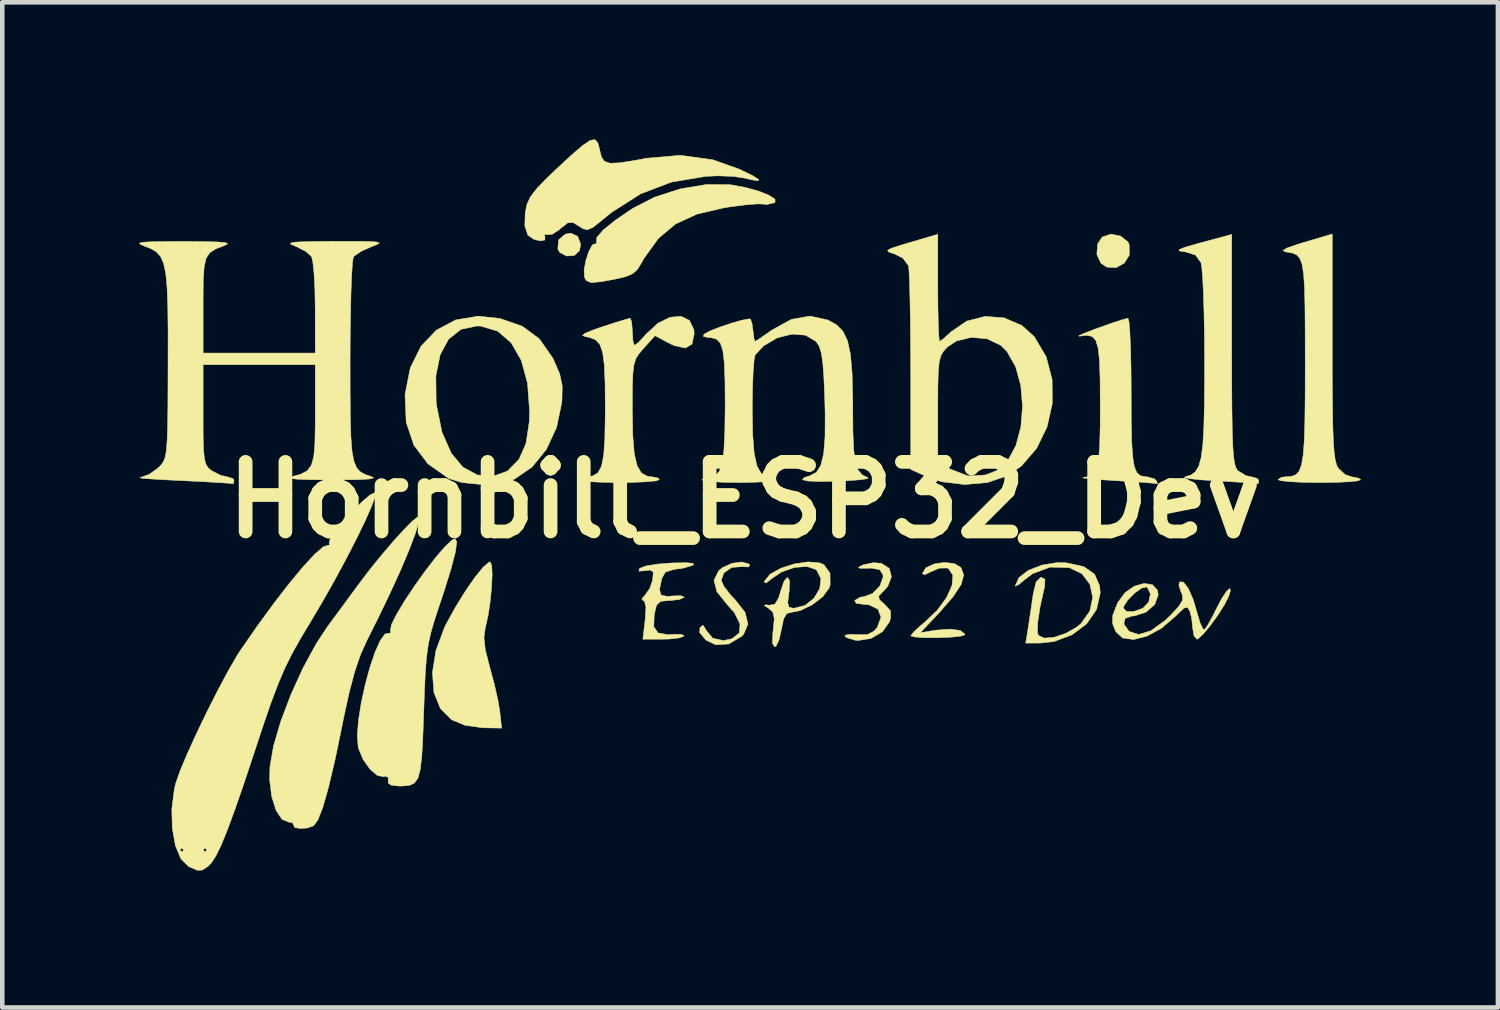
<source format=kicad_pcb>
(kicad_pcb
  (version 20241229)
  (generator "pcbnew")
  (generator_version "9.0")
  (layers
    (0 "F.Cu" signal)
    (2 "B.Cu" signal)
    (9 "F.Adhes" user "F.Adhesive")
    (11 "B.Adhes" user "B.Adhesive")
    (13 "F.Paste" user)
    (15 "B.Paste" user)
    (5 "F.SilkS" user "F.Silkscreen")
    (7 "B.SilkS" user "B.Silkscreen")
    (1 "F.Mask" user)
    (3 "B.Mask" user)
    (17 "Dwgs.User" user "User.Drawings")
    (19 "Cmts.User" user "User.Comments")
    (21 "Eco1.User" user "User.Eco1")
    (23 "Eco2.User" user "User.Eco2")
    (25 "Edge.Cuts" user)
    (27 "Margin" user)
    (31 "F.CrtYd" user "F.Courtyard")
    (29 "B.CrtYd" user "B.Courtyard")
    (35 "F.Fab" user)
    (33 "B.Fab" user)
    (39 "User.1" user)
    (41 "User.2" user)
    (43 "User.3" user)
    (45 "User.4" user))
  (footprint "Hornbill_ESP32_Dev"
    (layer "F.Cu")
    (at 13.25 7.897)
    (property "Reference" "Hornbill_ESP32_Dev" (at 0 0 0) (layer "F.SilkS") (effects (font (size 1.524 1.524) (thickness 0.3))))
    (attr through_hole)
    (fp_poly (pts (xy -3.652 -5.772) (xy -3.587 -5.604) (xy -3.61 -5.461) (xy -3.725 -5.353) (xy -3.896 -5.341) (xy -4.044 -5.419) (xy -4.087 -5.496) (xy -4.068 -5.697) (xy -3.921 -5.822) (xy -3.802 -5.842) (xy -3.652 -5.772)) (stroke (width 0.01) (type solid)) (fill yes) (layer "F.SilkS"))
    (fp_poly (pts (xy 8.237 -5.778) (xy 8.397 -5.648) (xy 8.423 -5.591) (xy 8.427 -5.363) (xy 8.316 -5.185) (xy 8.135 -5.087) (xy 7.93 -5.099) (xy 7.806 -5.182) (xy 7.715 -5.376) (xy 7.732 -5.604) (xy 7.831 -5.756) (xy 8.022 -5.822) (xy 8.237 -5.778)) (stroke (width 0.01) (type solid)) (fill yes) (layer "F.SilkS"))
    (fp_poly (pts (xy -5.534 1.431) (xy -5.524 1.631) (xy -5.537 1.912) (xy -5.568 2.231) (xy -5.616 2.545) (xy -5.675 2.801) (xy -5.704 3.013) (xy -5.674 3.281) (xy -5.579 3.654) (xy -5.574 3.673) (xy -5.477 4.031) (xy -5.399 4.38) (xy -5.356 4.636) (xy -5.317 4.995) (xy -5.728 4.988) (xy -6.12 4.933) (xy -6.412 4.812) (xy -6.659 4.565) (xy -6.8 4.212) (xy -6.832 3.78) (xy -6.756 3.297) (xy -6.568 2.79) (xy -6.524 2.701) (xy -6.321 2.335) (xy -6.106 1.988) (xy -5.899 1.69) (xy -5.721 1.471) (xy -5.595 1.362) (xy -5.57 1.355) (xy -5.534 1.431)) (stroke (width 0.01) (type solid)) (fill yes) (layer "F.SilkS"))
    (fp_poly (pts (xy 0.097 1.402) (xy 0.119 1.427) (xy 0.085 1.467) (xy -0.045 1.459) (xy -0.278 1.476) (xy -0.451 1.597) (xy -0.508 1.759) (xy -0.451 1.89) (xy -0.306 2.078) (xy -0.212 2.176) (xy 0.013 2.46) (xy 0.077 2.718) (xy -0.02 2.942) (xy -0.064 2.986) (xy -0.344 3.153) (xy -0.629 3.171) (xy -0.844 3.067) (xy -0.981 2.904) (xy -0.973 2.793) (xy -0.906 2.74) (xy -0.844 2.842) (xy -0.84 2.852) (xy -0.696 3.026) (xy -0.463 3.078) (xy -0.272 3.038) (xy -0.115 2.912) (xy -0.097 2.717) (xy -0.216 2.474) (xy -0.381 2.286) (xy -0.604 2.007) (xy -0.667 1.76) (xy -0.568 1.553) (xy -0.489 1.486) (xy -0.276 1.387) (xy -0.058 1.357) (xy 0.097 1.402)) (stroke (width 0.01) (type solid)) (fill yes) (layer "F.SilkS"))
    (fp_poly (pts (xy 4.597 1.393) (xy 4.738 1.478) (xy 4.8 1.638) (xy 4.746 1.846) (xy 4.568 2.118) (xy 4.286 2.442) (xy 3.852 2.904) (xy 4.205 2.849) (xy 4.504 2.827) (xy 4.723 2.857) (xy 4.824 2.934) (xy 4.826 2.951) (xy 4.748 2.979) (xy 4.544 3.002) (xy 4.257 3.015) (xy 4.233 3.016) (xy 3.941 3.014) (xy 3.73 2.999) (xy 3.641 2.975) (xy 3.641 2.973) (xy 3.701 2.894) (xy 3.854 2.753) (xy 3.944 2.679) (xy 4.222 2.414) (xy 4.426 2.134) (xy 4.544 1.87) (xy 4.564 1.651) (xy 4.472 1.508) (xy 4.433 1.489) (xy 4.264 1.493) (xy 4.094 1.566) (xy 3.953 1.634) (xy 3.895 1.614) (xy 3.968 1.487) (xy 4.149 1.401) (xy 4.378 1.367) (xy 4.597 1.393)) (stroke (width 0.01) (type solid)) (fill yes) (layer "F.SilkS"))
    (fp_poly (pts (xy -0.312 -6.904) (xy -0.309 -6.903) (xy 0.016 -6.844) (xy 0.31 -6.763) (xy 0.538 -6.671) (xy 0.669 -6.584) (xy 0.669 -6.513) (xy 0.663 -6.509) (xy 0.485 -6.468) (xy 0.423 -6.478) (xy 0.285 -6.483) (xy 0.027 -6.462) (xy -0.304 -6.42) (xy -0.444 -6.398) (xy -1.039 -6.259) (xy -1.508 -6.043) (xy -1.883 -5.729) (xy -2.198 -5.293) (xy -2.257 -5.189) (xy -2.343 -5.05) (xy -2.444 -4.956) (xy -2.6 -4.89) (xy -2.852 -4.831) (xy -3.146 -4.779) (xy -3.36 -4.758) (xy -3.467 -4.806) (xy -3.504 -4.882) (xy -3.511 -5.039) (xy -3.473 -5.244) (xy -3.407 -5.443) (xy -3.332 -5.583) (xy -3.263 -5.612) (xy -3.261 -5.61) (xy -3.227 -5.604) (xy -3.243 -5.639) (xy -3.232 -5.751) (xy -3.091 -5.913) (xy -2.813 -6.135) (xy -2.45 -6.383) (xy -1.966 -6.631) (xy -1.404 -6.812) (xy -0.83 -6.908) (xy -0.312 -6.904)) (stroke (width 0.01) (type solid)) (fill yes) (layer "F.SilkS"))
    (fp_poly (pts (xy 3 1.388) (xy 3.171 1.498) (xy 3.218 1.681) (xy 3.138 1.89) (xy 3.051 1.987) (xy 2.94 2.101) (xy 2.953 2.183) (xy 3.071 2.287) (xy 3.197 2.426) (xy 3.201 2.585) (xy 3.173 2.673) (xy 3.019 2.886) (xy 2.767 3.033) (xy 2.484 3.077) (xy 2.413 3.068) (xy 2.223 3.009) (xy 2.197 2.96) (xy 2.33 2.941) (xy 2.447 2.948) (xy 2.688 2.948) (xy 2.838 2.871) (xy 2.907 2.789) (xy 2.99 2.567) (xy 2.923 2.391) (xy 2.725 2.295) (xy 2.617 2.286) (xy 2.449 2.263) (xy 2.412 2.204) (xy 2.413 2.201) (xy 2.533 2.128) (xy 2.617 2.117) (xy 2.806 2.047) (xy 2.964 1.883) (xy 3.035 1.689) (xy 3.031 1.636) (xy 2.961 1.527) (xy 2.785 1.492) (xy 2.706 1.494) (xy 2.525 1.496) (xy 2.496 1.474) (xy 2.598 1.42) (xy 2.825 1.373) (xy 3 1.388)) (stroke (width 0.01) (type solid)) (fill yes) (layer "F.SilkS"))
    (fp_poly (pts (xy -7.134 0.483) (xy -7.203 0.726) (xy -7.336 1.079) (xy -7.523 1.523) (xy -7.759 2.04) (xy -8.033 2.61) (xy -8.261 3.065) (xy -8.405 3.383) (xy -8.533 3.756) (xy -8.656 4.22) (xy -8.784 4.809) (xy -8.807 4.927) (xy -8.965 5.689) (xy -9.106 6.287) (xy -9.23 6.725) (xy -9.34 7.006) (xy -9.432 7.132) (xy -9.569 7.181) (xy -9.73 7.193) (xy -9.851 7.17) (xy -9.87 7.122) (xy -9.896 7.064) (xy -9.967 7.058) (xy -10.125 6.993) (xy -10.257 6.793) (xy -10.351 6.493) (xy -10.396 6.127) (xy -10.39 5.843) (xy -10.312 5.39) (xy -10.153 4.847) (xy -9.931 4.261) (xy -9.665 3.678) (xy -9.375 3.145) (xy -9.126 2.767) (xy -8.932 2.505) (xy -8.69 2.176) (xy -8.453 1.853) (xy -8.453 1.852) (xy -8.212 1.535) (xy -7.95 1.212) (xy -7.692 0.909) (xy -7.458 0.651) (xy -7.273 0.464) (xy -7.159 0.374) (xy -7.136 0.371) (xy -7.134 0.483)) (stroke (width 0.01) (type solid)) (fill yes) (layer "F.SilkS"))
    (fp_poly (pts (xy 7.042 1.375) (xy 7.424 1.457) (xy 7.664 1.622) (xy 7.777 1.882) (xy 7.789 2.039) (xy 7.71 2.396) (xy 7.494 2.709) (xy 7.172 2.952) (xy 6.775 3.1) (xy 6.469 3.133) (xy 6.158 3.133) (xy 6.216 2.773) (xy 6.267 2.436) (xy 6.317 2.09) (xy 6.322 2.053) (xy 6.387 1.792) (xy 6.486 1.694) (xy 6.497 1.693) (xy 6.58 1.737) (xy 6.572 1.893) (xy 6.566 1.92) (xy 6.471 2.347) (xy 6.42 2.686) (xy 6.417 2.907) (xy 6.434 2.963) (xy 6.562 3.025) (xy 6.78 3.006) (xy 7.036 2.92) (xy 7.28 2.78) (xy 7.367 2.708) (xy 7.561 2.435) (xy 7.624 2.134) (xy 7.564 1.847) (xy 7.389 1.615) (xy 7.112 1.482) (xy 6.692 1.47) (xy 6.308 1.613) (xy 6.145 1.737) (xy 6.003 1.854) (xy 5.93 1.887) (xy 5.928 1.88) (xy 6.01 1.698) (xy 6.218 1.54) (xy 6.512 1.425) (xy 6.848 1.371) (xy 7.042 1.375)) (stroke (width 0.01) (type solid)) (fill yes) (layer "F.SilkS"))
    (fp_poly (pts (xy 12.869 -3.353) (xy 12.87 -2.624) (xy 12.875 -2.045) (xy 12.882 -1.597) (xy 12.895 -1.263) (xy 12.913 -1.023) (xy 12.938 -0.859) (xy 12.971 -0.751) (xy 13.001 -0.696) (xy 13.155 -0.554) (xy 13.292 -0.508) (xy 13.445 -0.478) (xy 13.491 -0.445) (xy 13.429 -0.419) (xy 13.229 -0.398) (xy 12.926 -0.385) (xy 12.607 -0.381) (xy 12.235 -0.386) (xy 11.934 -0.401) (xy 11.74 -0.423) (xy 11.684 -0.445) (xy 11.755 -0.497) (xy 11.847 -0.508) (xy 11.97 -0.515) (xy 12.067 -0.549) (xy 12.142 -0.627) (xy 12.196 -0.767) (xy 12.233 -0.987) (xy 12.257 -1.306) (xy 12.27 -1.74) (xy 12.276 -2.309) (xy 12.277 -3.001) (xy 12.276 -3.696) (xy 12.272 -4.24) (xy 12.262 -4.653) (xy 12.242 -4.953) (xy 12.208 -5.16) (xy 12.158 -5.292) (xy 12.089 -5.368) (xy 11.996 -5.407) (xy 11.877 -5.428) (xy 11.853 -5.432) (xy 11.789 -5.46) (xy 11.868 -5.513) (xy 12.1 -5.595) (xy 12.255 -5.642) (xy 12.869 -5.823) (xy 12.869 -3.353)) (stroke (width 0.01) (type solid)) (fill yes) (layer "F.SilkS"))
    (fp_poly (pts (xy 10.668 -3.295) (xy 10.669 -2.562) (xy 10.673 -1.981) (xy 10.68 -1.532) (xy 10.691 -1.198) (xy 10.708 -0.96) (xy 10.731 -0.8) (xy 10.761 -0.701) (xy 10.8 -0.642) (xy 10.801 -0.641) (xy 10.981 -0.532) (xy 11.097 -0.508) (xy 11.232 -0.471) (xy 11.261 -0.423) (xy 11.245 -0.354) (xy 11.239 -0.355) (xy 11.152 -0.366) (xy 10.931 -0.383) (xy 10.613 -0.403) (xy 10.329 -0.419) (xy 9.991 -0.441) (xy 9.75 -0.466) (xy 9.633 -0.49) (xy 9.65 -0.508) (xy 9.774 -0.546) (xy 9.872 -0.617) (xy 9.946 -0.739) (xy 9.999 -0.931) (xy 10.036 -1.212) (xy 10.058 -1.601) (xy 10.07 -2.116) (xy 10.074 -2.778) (xy 10.074 -2.979) (xy 10.071 -3.557) (xy 10.062 -4.087) (xy 10.048 -4.544) (xy 10.03 -4.901) (xy 10.009 -5.131) (xy 9.995 -5.196) (xy 9.876 -5.362) (xy 9.656 -5.432) (xy 9.635 -5.434) (xy 9.52 -5.453) (xy 9.518 -5.483) (xy 9.646 -5.534) (xy 9.919 -5.613) (xy 10.012 -5.638) (xy 10.668 -5.815) (xy 10.668 -3.295)) (stroke (width 0.01) (type solid)) (fill yes) (layer "F.SilkS"))
    (fp_poly (pts (xy 8.42 -3.899) (xy 8.438 -3.675) (xy 8.453 -3.333) (xy 8.463 -2.9) (xy 8.467 -2.4) (xy 8.467 -2.345) (xy 8.469 -1.741) (xy 8.478 -1.285) (xy 8.499 -0.956) (xy 8.534 -0.736) (xy 8.589 -0.601) (xy 8.666 -0.533) (xy 8.771 -0.509) (xy 8.817 -0.508) (xy 8.972 -0.465) (xy 9.017 -0.423) (xy 9.049 -0.355) (xy 9.043 -0.355) (xy 8.953 -0.367) (xy 8.73 -0.385) (xy 8.411 -0.406) (xy 8.128 -0.423) (xy 7.785 -0.445) (xy 7.536 -0.466) (xy 7.408 -0.483) (xy 7.413 -0.491) (xy 7.546 -0.516) (xy 7.643 -0.575) (xy 7.711 -0.693) (xy 7.754 -0.891) (xy 7.778 -1.194) (xy 7.788 -1.625) (xy 7.789 -2.087) (xy 7.786 -2.64) (xy 7.774 -3.045) (xy 7.744 -3.323) (xy 7.692 -3.495) (xy 7.61 -3.582) (xy 7.493 -3.605) (xy 7.333 -3.586) (xy 7.333 -3.586) (xy 7.318 -3.596) (xy 7.438 -3.65) (xy 7.669 -3.739) (xy 7.742 -3.766) (xy 8.037 -3.87) (xy 8.269 -3.946) (xy 8.393 -3.979) (xy 8.398 -3.979) (xy 8.42 -3.899)) (stroke (width 0.01) (type solid)) (fill yes) (layer "F.SilkS"))
    (fp_poly (pts (xy -6.299 0.917) (xy -6.327 1.131) (xy -6.42 1.491) (xy -6.578 2.001) (xy -6.673 2.286) (xy -6.784 2.621) (xy -6.865 2.899) (xy -6.922 3.159) (xy -6.961 3.442) (xy -6.988 3.785) (xy -7.008 4.229) (xy -7.022 4.639) (xy -7.042 5.2) (xy -7.065 5.614) (xy -7.099 5.904) (xy -7.15 6.091) (xy -7.227 6.199) (xy -7.336 6.248) (xy -7.485 6.263) (xy -7.556 6.264) (xy -7.729 6.245) (xy -7.799 6.202) (xy -7.8 6.078) (xy -7.853 6.047) (xy -7.9 6.059) (xy -8.039 6.032) (xy -8.202 5.89) (xy -8.352 5.677) (xy -8.451 5.437) (xy -8.459 5.403) (xy -8.477 5.152) (xy -8.451 4.821) (xy -8.391 4.442) (xy -8.305 4.047) (xy -8.202 3.668) (xy -8.089 3.334) (xy -7.975 3.079) (xy -7.87 2.933) (xy -7.792 2.919) (xy -7.741 2.908) (xy -7.753 2.852) (xy -7.728 2.726) (xy -7.616 2.502) (xy -7.442 2.211) (xy -7.226 1.886) (xy -6.992 1.558) (xy -6.761 1.259) (xy -6.557 1.021) (xy -6.401 0.876) (xy -6.336 0.847) (xy -6.299 0.917)) (stroke (width 0.01) (type solid)) (fill yes) (layer "F.SilkS"))
    (fp_poly (pts (xy -1.12 1.388) (xy -1.122 1.423) (xy -1.143 1.434) (xy -1.363 1.498) (xy -1.535 1.518) (xy -1.731 1.578) (xy -1.809 1.714) (xy -1.86 1.96) (xy -1.826 2.081) (xy -1.689 2.111) (xy -1.572 2.101) (xy -1.392 2.096) (xy -1.32 2.125) (xy -1.323 2.134) (xy -1.428 2.18) (xy -1.627 2.201) (xy -1.645 2.201) (xy -1.832 2.218) (xy -1.924 2.3) (xy -1.973 2.499) (xy -1.976 2.515) (xy -1.985 2.775) (xy -1.89 2.912) (xy -1.672 2.949) (xy -1.551 2.941) (xy -1.38 2.941) (xy -1.321 2.975) (xy -1.323 2.981) (xy -1.425 3.019) (xy -1.639 3.044) (xy -1.795 3.048) (xy -2.225 3.048) (xy -2.175 2.625) (xy -2.157 2.343) (xy -2.192 2.213) (xy -2.222 2.201) (xy -2.246 2.161) (xy -2.185 2.095) (xy -2.072 1.936) (xy -2.01 1.749) (xy -1.996 1.581) (xy -2.062 1.534) (xy -2.176 1.548) (xy -2.312 1.559) (xy -2.301 1.506) (xy -2.291 1.495) (xy -2.165 1.446) (xy -1.921 1.405) (xy -1.609 1.38) (xy -1.586 1.379) (xy -1.272 1.373) (xy -1.12 1.388)) (stroke (width 0.01) (type solid)) (fill yes) (layer "F.SilkS"))
    (fp_poly (pts (xy -3.214 -7.828) (xy -3.175 -7.691) (xy -3.17 -7.663) (xy -3.131 -7.509) (xy -3.066 -7.414) (xy -2.942 -7.373) (xy -2.732 -7.382) (xy -2.403 -7.434) (xy -2.146 -7.482) (xy -1.403 -7.547) (xy -0.691 -7.449) (xy -0.106 -7.24) (xy 0.178 -7.102) (xy 0.312 -7.016) (xy 0.296 -6.987) (xy 0.125 -7.017) (xy 0.021 -7.044) (xy -0.237 -7.084) (xy -0.578 -7.097) (xy -0.847 -7.086) (xy -1.6 -6.96) (xy -2.273 -6.703) (xy -2.905 -6.301) (xy -3.121 -6.125) (xy -3.317 -5.968) (xy -3.442 -5.914) (xy -3.549 -5.946) (xy -3.595 -5.977) (xy -3.75 -6.074) (xy -3.866 -6.07) (xy -4.014 -5.955) (xy -4.049 -5.922) (xy -4.21 -5.817) (xy -4.332 -5.808) (xy -4.389 -5.817) (xy -4.368 -5.77) (xy -4.37 -5.692) (xy -4.47 -5.673) (xy -4.611 -5.708) (xy -4.736 -5.794) (xy -4.742 -5.8) (xy -4.809 -5.995) (xy -4.801 -6.287) (xy -4.763 -6.472) (xy -4.686 -6.639) (xy -4.543 -6.823) (xy -4.311 -7.062) (xy -4.144 -7.221) (xy -3.795 -7.545) (xy -3.547 -7.759) (xy -3.381 -7.871) (xy -3.276 -7.892) (xy -3.214 -7.828)) (stroke (width 0.01) (type solid)) (fill yes) (layer "F.SilkS"))
    (fp_poly (pts (xy 1.651 1.378) (xy 1.742 1.419) (xy 1.873 1.603) (xy 1.876 1.857) (xy 1.854 1.926) (xy 1.716 2.116) (xy 1.481 2.296) (xy 1.217 2.423) (xy 1.047 2.455) (xy 0.928 2.485) (xy 0.857 2.602) (xy 0.809 2.836) (xy 0.757 3.063) (xy 0.692 3.2) (xy 0.663 3.217) (xy 0.613 3.14) (xy 0.62 2.915) (xy 0.63 2.843) (xy 0.653 2.594) (xy 0.619 2.453) (xy 0.533 2.375) (xy 0.43 2.305) (xy 0.478 2.296) (xy 0.545 2.305) (xy 0.667 2.28) (xy 0.75 2.14) (xy 0.787 2.011) (xy 0.868 1.775) (xy 0.943 1.696) (xy 0.989 1.772) (xy 0.979 1.998) (xy 0.974 2.032) (xy 0.947 2.249) (xy 0.975 2.347) (xy 1.071 2.371) (xy 1.082 2.371) (xy 1.326 2.308) (xy 1.522 2.151) (xy 1.647 1.941) (xy 1.675 1.722) (xy 1.581 1.537) (xy 1.566 1.523) (xy 1.368 1.456) (xy 1.097 1.477) (xy 0.815 1.575) (xy 0.611 1.711) (xy 0.474 1.818) (xy 0.434 1.797) (xy 0.438 1.778) (xy 0.561 1.625) (xy 0.798 1.494) (xy 1.095 1.399) (xy 1.398 1.355) (xy 1.651 1.378)) (stroke (width 0.01) (type solid)) (fill yes) (layer "F.SilkS"))
    (fp_poly (pts (xy -5.355 -3.975) (xy -4.863 -3.804) (xy -4.488 -3.525) (xy -4.202 -3.115) (xy -4.177 -3.066) (xy -4.045 -2.76) (xy -3.99 -2.497) (xy -3.996 -2.183) (xy -4.001 -2.129) (xy -4.114 -1.588) (xy -4.337 -1.108) (xy -4.649 -0.722) (xy -5.029 -0.461) (xy -5.107 -0.429) (xy -5.425 -0.359) (xy -5.81 -0.344) (xy -6.184 -0.381) (xy -6.473 -0.47) (xy -6.477 -0.472) (xy -6.928 -0.789) (xy -7.238 -1.2) (xy -7.407 -1.702) (xy -7.432 -2.296) (xy -7.43 -2.321) (xy -7.351 -2.722) (xy -6.756 -2.722) (xy -6.751 -2.162) (xy -6.741 -2.067) (xy -6.622 -1.482) (xy -6.418 -1.021) (xy -6.165 -0.719) (xy -5.85 -0.548) (xy -5.511 -0.517) (xy -5.198 -0.63) (xy -5.183 -0.64) (xy -4.938 -0.888) (xy -4.784 -1.236) (xy -4.712 -1.707) (xy -4.705 -1.947) (xy -4.75 -2.555) (xy -4.887 -3.057) (xy -5.108 -3.442) (xy -5.404 -3.696) (xy -5.769 -3.806) (xy -5.857 -3.81) (xy -6.207 -3.736) (xy -6.478 -3.521) (xy -6.663 -3.179) (xy -6.756 -2.722) (xy -7.351 -2.722) (xy -7.316 -2.895) (xy -7.083 -3.365) (xy -6.748 -3.718) (xy -6.324 -3.942) (xy -5.828 -4.025) (xy -5.355 -3.975)) (stroke (width 0.01) (type solid)) (fill yes) (layer "F.SilkS"))
    (fp_poly (pts (xy -1.205 -3.932) (xy -1.108 -3.731) (xy -1.101 -3.635) (xy -1.149 -3.412) (xy -1.295 -3.327) (xy -1.538 -3.38) (xy -1.662 -3.439) (xy -1.959 -3.598) (xy -2.207 -3.322) (xy -2.309 -3.203) (xy -2.379 -3.093) (xy -2.421 -2.956) (xy -2.444 -2.759) (xy -2.454 -2.466) (xy -2.455 -2.044) (xy -2.455 -1.965) (xy -2.446 -1.417) (xy -2.413 -1.018) (xy -2.351 -0.749) (xy -2.254 -0.588) (xy -2.116 -0.516) (xy -2.027 -0.508) (xy -1.892 -0.481) (xy -1.863 -0.445) (xy -1.941 -0.418) (xy -2.155 -0.398) (xy -2.467 -0.384) (xy -2.752 -0.381) (xy -3.117 -0.387) (xy -3.409 -0.402) (xy -3.594 -0.424) (xy -3.641 -0.445) (xy -3.57 -0.497) (xy -3.477 -0.508) (xy -3.323 -0.526) (xy -3.21 -0.594) (xy -3.132 -0.734) (xy -3.084 -0.969) (xy -3.058 -1.321) (xy -3.049 -1.811) (xy -3.048 -2.022) (xy -3.052 -2.562) (xy -3.069 -2.957) (xy -3.105 -3.231) (xy -3.167 -3.407) (xy -3.261 -3.508) (xy -3.393 -3.56) (xy -3.471 -3.573) (xy -3.546 -3.601) (xy -3.492 -3.65) (xy -3.294 -3.73) (xy -3.115 -3.791) (xy -2.828 -3.884) (xy -2.609 -3.951) (xy -2.503 -3.979) (xy -2.501 -3.979) (xy -2.471 -3.905) (xy -2.456 -3.722) (xy -2.455 -3.683) (xy -2.443 -3.487) (xy -2.414 -3.389) (xy -2.408 -3.387) (xy -2.327 -3.445) (xy -2.189 -3.59) (xy -2.155 -3.63) (xy -1.894 -3.87) (xy -1.628 -4.001) (xy -1.388 -4.022) (xy -1.205 -3.932)) (stroke (width 0.01) (type solid)) (fill yes) (layer "F.SilkS"))
    (fp_poly (pts (xy 4.233 -4.645) (xy 4.236 -4.221) (xy 4.243 -3.865) (xy 4.254 -3.608) (xy 4.267 -3.48) (xy 4.272 -3.471) (xy 4.351 -3.525) (xy 4.495 -3.656) (xy 4.516 -3.677) (xy 4.866 -3.917) (xy 5.271 -4.02) (xy 5.686 -3.987) (xy 6.072 -3.821) (xy 6.343 -3.58) (xy 6.606 -3.137) (xy 6.736 -2.636) (xy 6.74 -2.112) (xy 6.625 -1.598) (xy 6.397 -1.13) (xy 6.063 -0.743) (xy 5.753 -0.529) (xy 5.32 -0.382) (xy 4.819 -0.338) (xy 4.318 -0.399) (xy 4 -0.506) (xy 3.641 -0.669) (xy 3.64 -1.992) (xy 4.233 -1.992) (xy 4.233 -0.844) (xy 4.508 -0.676) (xy 4.891 -0.527) (xy 5.278 -0.548) (xy 5.514 -0.641) (xy 5.764 -0.858) (xy 5.943 -1.192) (xy 6.052 -1.604) (xy 6.088 -2.054) (xy 6.05 -2.504) (xy 5.937 -2.916) (xy 5.748 -3.25) (xy 5.611 -3.387) (xy 5.313 -3.529) (xy 4.968 -3.56) (xy 4.641 -3.482) (xy 4.441 -3.348) (xy 4.358 -3.257) (xy 4.3 -3.158) (xy 4.264 -3.02) (xy 4.244 -2.811) (xy 4.235 -2.5) (xy 4.233 -2.055) (xy 4.233 -1.992) (xy 3.64 -1.992) (xy 3.64 -2.811) (xy 3.637 -3.405) (xy 3.632 -3.951) (xy 3.623 -4.422) (xy 3.613 -4.794) (xy 3.601 -5.042) (xy 3.59 -5.133) (xy 3.468 -5.296) (xy 3.283 -5.388) (xy 3.16 -5.428) (xy 3.132 -5.465) (xy 3.217 -5.512) (xy 3.435 -5.583) (xy 3.629 -5.64) (xy 4.233 -5.818) (xy 4.233 -4.645)) (stroke (width 0.01) (type solid)) (fill yes) (layer "F.SilkS"))
    (fp_poly (pts (xy -8.084 -0.154) (xy -8.094 -0.054) (xy -8.176 0.168) (xy -8.319 0.487) (xy -8.51 0.879) (xy -8.737 1.319) (xy -8.988 1.783) (xy -9.25 2.246) (xy -9.5 2.667) (xy -9.722 3.037) (xy -9.904 3.361) (xy -10.061 3.677) (xy -10.207 4.019) (xy -10.36 4.422) (xy -10.533 4.922) (xy -10.707 5.448) (xy -10.95 6.18) (xy -11.152 6.764) (xy -11.319 7.218) (xy -11.457 7.556) (xy -11.573 7.794) (xy -11.673 7.948) (xy -11.746 8.022) (xy -11.87 8.103) (xy -11.978 8.107) (xy -12.151 8.034) (xy -12.171 8.025) (xy -12.339 7.858) (xy -12.42 7.662) (xy -12.361 7.662) (xy -12.319 7.705) (xy -12.277 7.662) (xy -11.853 7.662) (xy -11.811 7.705) (xy -11.769 7.662) (xy -11.811 7.62) (xy -11.853 7.662) (xy -12.277 7.662) (xy -12.319 7.62) (xy -12.361 7.662) (xy -12.42 7.662) (xy -12.46 7.566) (xy -12.528 7.188) (xy -12.538 6.763) (xy -12.483 6.331) (xy -12.453 6.206) (xy -12.362 5.943) (xy -12.206 5.57) (xy -12.004 5.127) (xy -11.776 4.651) (xy -11.538 4.181) (xy -11.311 3.756) (xy -11.113 3.412) (xy -11.033 3.288) (xy -10.66 2.75) (xy -10.297 2.254) (xy -9.959 1.817) (xy -9.658 1.456) (xy -9.408 1.187) (xy -9.224 1.026) (xy -9.118 0.99) (xy -9.116 0.991) (xy -9.075 0.986) (xy -9.095 0.942) (xy -9.068 0.846) (xy -8.95 0.673) (xy -8.773 0.457) (xy -8.568 0.232) (xy -8.366 0.032) (xy -8.198 -0.11) (xy -8.095 -0.159) (xy -8.084 -0.154)) (stroke (width 0.01) (type solid)) (fill yes) (layer "F.SilkS"))
    (fp_poly (pts (xy 9.612 1.798) (xy 9.718 1.938) (xy 9.826 2.184) (xy 9.908 2.462) (xy 9.975 2.69) (xy 10.04 2.824) (xy 10.071 2.839) (xy 10.139 2.747) (xy 10.249 2.549) (xy 10.336 2.374) (xy 10.456 2.147) (xy 10.56 1.995) (xy 10.627 1.936) (xy 10.639 1.989) (xy 10.602 2.11) (xy 10.509 2.294) (xy 10.363 2.524) (xy 10.195 2.755) (xy 10.039 2.942) (xy 9.927 3.042) (xy 9.908 3.048) (xy 9.843 2.975) (xy 9.815 2.815) (xy 9.789 2.581) (xy 9.75 2.431) (xy 9.699 2.35) (xy 9.622 2.369) (xy 9.481 2.5) (xy 9.438 2.544) (xy 9.131 2.808) (xy 8.814 2.981) (xy 8.52 3.055) (xy 8.279 3.021) (xy 8.131 2.884) (xy 8.058 2.703) (xy 8.063 2.528) (xy 8.125 2.367) (xy 8.297 2.367) (xy 8.364 2.443) (xy 8.528 2.441) (xy 8.726 2.368) (xy 8.852 2.232) (xy 8.888 2.056) (xy 8.82 1.915) (xy 8.806 1.905) (xy 8.701 1.926) (xy 8.547 2.035) (xy 8.398 2.184) (xy 8.306 2.325) (xy 8.297 2.367) (xy 8.125 2.367) (xy 8.153 2.292) (xy 8.177 2.241) (xy 8.332 2.029) (xy 8.536 1.888) (xy 8.75 1.827) (xy 8.932 1.854) (xy 9.043 1.975) (xy 9.059 2.076) (xy 8.984 2.287) (xy 8.792 2.455) (xy 8.54 2.538) (xy 8.49 2.54) (xy 8.334 2.592) (xy 8.307 2.718) (xy 8.419 2.874) (xy 8.423 2.878) (xy 8.63 2.945) (xy 8.895 2.865) (xy 9.206 2.641) (xy 9.317 2.536) (xy 9.509 2.331) (xy 9.592 2.194) (xy 9.588 2.08) (xy 9.562 2.023) (xy 9.511 1.866) (xy 9.525 1.792) (xy 9.612 1.798)) (stroke (width 0.01) (type solid)) (fill yes) (layer "F.SilkS"))
    (fp_poly (pts (xy 1.819 -3.943) (xy 2.012 -3.839) (xy 2.155 -3.695) (xy 2.256 -3.488) (xy 2.32 -3.192) (xy 2.356 -2.784) (xy 2.37 -2.239) (xy 2.371 -2.009) (xy 2.375 -1.48) (xy 2.392 -1.095) (xy 2.428 -0.828) (xy 2.488 -0.655) (xy 2.577 -0.55) (xy 2.701 -0.488) (xy 2.709 -0.486) (xy 2.688 -0.465) (xy 2.527 -0.442) (xy 2.256 -0.422) (xy 2.053 -0.412) (xy 1.653 -0.404) (xy 1.389 -0.415) (xy 1.27 -0.444) (xy 1.305 -0.489) (xy 1.438 -0.532) (xy 1.575 -0.607) (xy 1.672 -0.76) (xy 1.734 -1.013) (xy 1.764 -1.384) (xy 1.766 -1.895) (xy 1.759 -2.178) (xy 1.74 -2.654) (xy 1.716 -2.99) (xy 1.683 -3.218) (xy 1.636 -3.366) (xy 1.571 -3.466) (xy 1.568 -3.47) (xy 1.338 -3.608) (xy 1.04 -3.631) (xy 0.719 -3.551) (xy 0.422 -3.377) (xy 0.234 -3.178) (xy 0.211 -3.064) (xy 0.191 -2.816) (xy 0.177 -2.468) (xy 0.171 -2.056) (xy 0.171 -1.987) (xy 0.18 -1.428) (xy 0.213 -1.019) (xy 0.274 -0.742) (xy 0.369 -0.579) (xy 0.501 -0.512) (xy 0.555 -0.508) (xy 0.665 -0.472) (xy 0.677 -0.445) (xy 0.599 -0.417) (xy 0.388 -0.396) (xy 0.081 -0.383) (xy -0.127 -0.381) (xy -0.473 -0.387) (xy -0.744 -0.404) (xy -0.904 -0.428) (xy -0.931 -0.445) (xy -0.86 -0.496) (xy -0.765 -0.508) (xy -0.643 -0.534) (xy -0.552 -0.625) (xy -0.49 -0.803) (xy -0.45 -1.087) (xy -0.43 -1.498) (xy -0.423 -2.056) (xy -0.423 -2.094) (xy -0.427 -2.626) (xy -0.442 -3.012) (xy -0.474 -3.275) (xy -0.53 -3.438) (xy -0.614 -3.523) (xy -0.733 -3.554) (xy -0.796 -3.556) (xy -0.902 -3.583) (xy -0.885 -3.63) (xy -0.764 -3.697) (xy -0.552 -3.781) (xy -0.302 -3.866) (xy -0.07 -3.933) (xy 0.092 -3.965) (xy 0.132 -3.96) (xy 0.166 -3.857) (xy 0.188 -3.697) (xy 0.209 -3.531) (xy 0.231 -3.471) (xy 0.307 -3.516) (xy 0.475 -3.632) (xy 0.593 -3.716) (xy 1.025 -3.954) (xy 1.436 -4.027) (xy 1.819 -3.943)) (stroke (width 0.01) (type solid)) (fill yes) (layer "F.SilkS"))
    (fp_poly (pts (xy -8.219 -5.659) (xy -8.05 -5.648) (xy -7.995 -5.628) (xy -8.037 -5.596) (xy -8.156 -5.55) (xy -8.162 -5.548) (xy -8.388 -5.447) (xy -8.542 -5.343) (xy -8.563 -5.318) (xy -8.582 -5.206) (xy -8.599 -4.949) (xy -8.614 -4.57) (xy -8.625 -4.094) (xy -8.633 -3.544) (xy -8.635 -3.043) (xy -8.634 -2.345) (xy -8.629 -1.796) (xy -8.617 -1.378) (xy -8.593 -1.071) (xy -8.553 -0.855) (xy -8.495 -0.711) (xy -8.415 -0.619) (xy -8.309 -0.56) (xy -8.174 -0.515) (xy -8.17 -0.514) (xy -8.119 -0.482) (xy -8.213 -0.459) (xy -8.46 -0.445) (xy -8.868 -0.44) (xy -9.059 -0.439) (xy -9.505 -0.444) (xy -9.807 -0.456) (xy -9.957 -0.475) (xy -9.948 -0.5) (xy -9.928 -0.506) (xy -9.722 -0.562) (xy -9.578 -0.636) (xy -9.484 -0.756) (xy -9.43 -0.95) (xy -9.405 -1.246) (xy -9.398 -1.672) (xy -9.398 -1.873) (xy -9.398 -2.963) (xy -11.853 -2.963) (xy -11.853 -1.867) (xy -11.852 -1.417) (xy -11.844 -1.105) (xy -11.824 -0.901) (xy -11.789 -0.774) (xy -11.733 -0.694) (xy -11.665 -0.64) (xy -11.468 -0.539) (xy -11.326 -0.508) (xy -11.199 -0.469) (xy -11.176 -0.423) (xy -11.192 -0.354) (xy -11.197 -0.356) (xy -11.285 -0.366) (xy -11.509 -0.381) (xy -11.839 -0.4) (xy -12.24 -0.42) (xy -12.319 -0.423) (xy -12.708 -0.443) (xy -13.007 -0.461) (xy -13.192 -0.477) (xy -13.24 -0.489) (xy -13.225 -0.491) (xy -13.03 -0.562) (xy -12.831 -0.708) (xy -12.829 -0.71) (xy -12.765 -0.777) (xy -12.717 -0.849) (xy -12.681 -0.948) (xy -12.656 -1.096) (xy -12.64 -1.315) (xy -12.63 -1.626) (xy -12.624 -2.052) (xy -12.622 -2.614) (xy -12.621 -2.975) (xy -12.62 -3.676) (xy -12.626 -4.228) (xy -12.642 -4.649) (xy -12.671 -4.961) (xy -12.719 -5.183) (xy -12.787 -5.335) (xy -12.881 -5.436) (xy -13.005 -5.507) (xy -13.123 -5.553) (xy -13.226 -5.596) (xy -13.245 -5.625) (xy -13.163 -5.644) (xy -12.962 -5.655) (xy -12.622 -5.659) (xy -12.277 -5.66) (xy -11.821 -5.657) (xy -11.52 -5.649) (xy -11.356 -5.633) (xy -11.315 -5.608) (xy -11.381 -5.572) (xy -11.388 -5.57) (xy -11.575 -5.498) (xy -11.704 -5.417) (xy -11.785 -5.297) (xy -11.83 -5.106) (xy -11.849 -4.814) (xy -11.853 -4.392) (xy -11.853 -4.265) (xy -11.853 -3.217) (xy -9.398 -3.217) (xy -9.399 -4.212) (xy -9.406 -4.615) (xy -9.424 -4.963) (xy -9.451 -5.216) (xy -9.48 -5.332) (xy -9.61 -5.445) (xy -9.82 -5.552) (xy -9.838 -5.559) (xy -9.931 -5.599) (xy -9.936 -5.627) (xy -9.835 -5.646) (xy -9.611 -5.656) (xy -9.246 -5.661) (xy -8.975 -5.663) (xy -8.522 -5.663) (xy -8.219 -5.659)) (stroke (width 0.01) (type solid)) (fill yes) (layer "F.SilkS")))
  (gr_rect
    (start -3 -3)
    (end 29.747 19.009)
    (stroke (width 0.1) (type default))
    (fill no)
    (layer "Edge.Cuts")))
</source>
